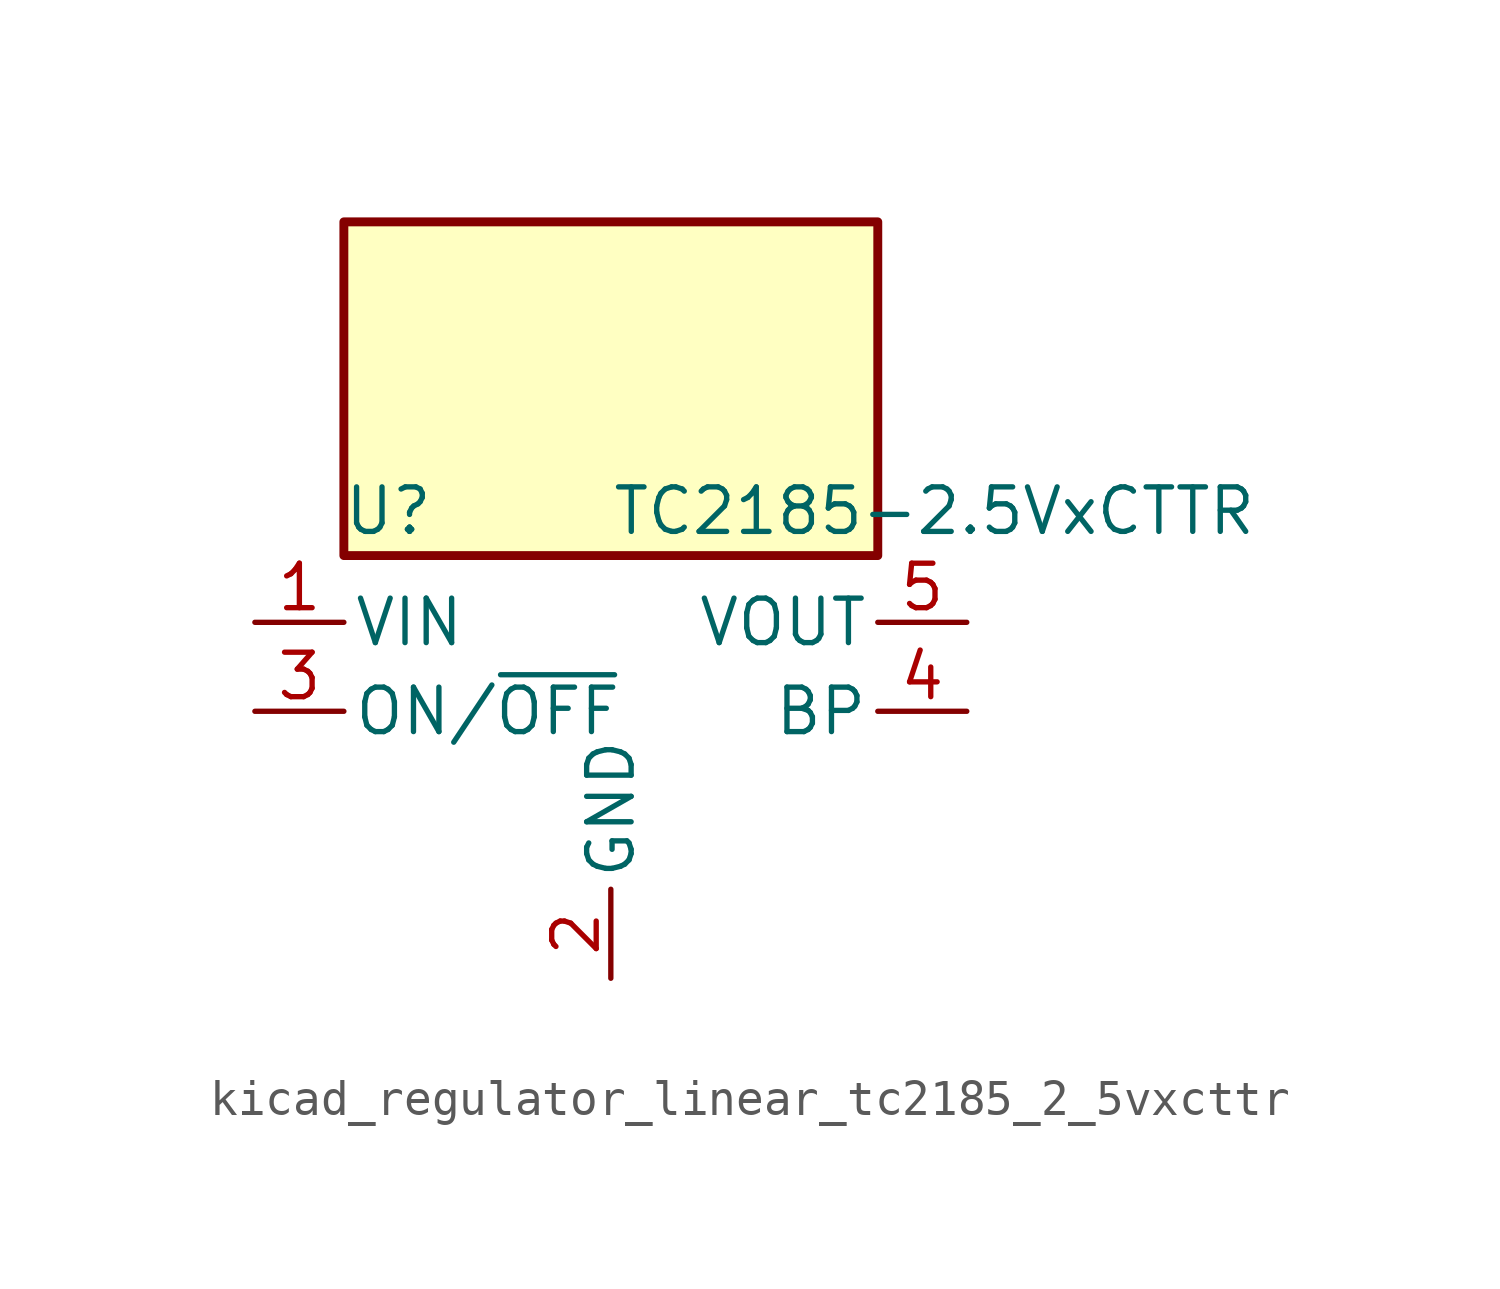
<source format=kicad_sym>
(kicad_symbol_lib
  (version 20220914)
  (generator kicad_symbol_editor)
  (symbol "kicad_regulator_linear_tc2185_2_5vxcttr"
    (pin_names
      (offset 0.254))
    (property "Reference" "U"
      (at -6.35 5.715 0)
      (effects (font (size 1.27 1.27))))
    (property "Value" "TC2185-2.5VxCTTR"
      (at 0 5.715 0)
      (effects (font (size 1.27 1.27)) (justify left)))
    (symbol "kicad_regulator_linear_tc2185_2_5vxcttr_0_1"
      (rectangle (start 7.62 13.97) (end -7.62 4.445) (stroke (width 0.254) (type default)) (fill (type background))))
    (symbol "kicad_regulator_linear_tc2185_2_5vxcttr_1_1"
      (pin power_in line (at -10.16 2.54 0) (length 2.54) (name "VIN" (effects (font (size 1.27 1.27)))) (number "1" (effects (font (size 1.27 1.27)))))
      (pin power_in line (at 0 -7.62 90) (length 2.54) (name "GND" (effects (font (size 1.27 1.27)))) (number "2" (effects (font (size 1.27 1.27)))))
      (pin input line (at -10.16 0 0) (length 2.54) (name "ON/~{OFF}" (effects (font (size 1.27 1.27)))) (number "3" (effects (font (size 1.27 1.27)))))
      (pin input line (at 10.16 0 180) (length 2.54) (name "BP" (effects (font (size 1.27 1.27)))) (number "4" (effects (font (size 1.27 1.27)))))
      (pin power_out line (at 10.16 2.54 180) (length 2.54) (name "VOUT" (effects (font (size 1.27 1.27)))) (number "5" (effects (font (size 1.27 1.27))))))))
</source>
